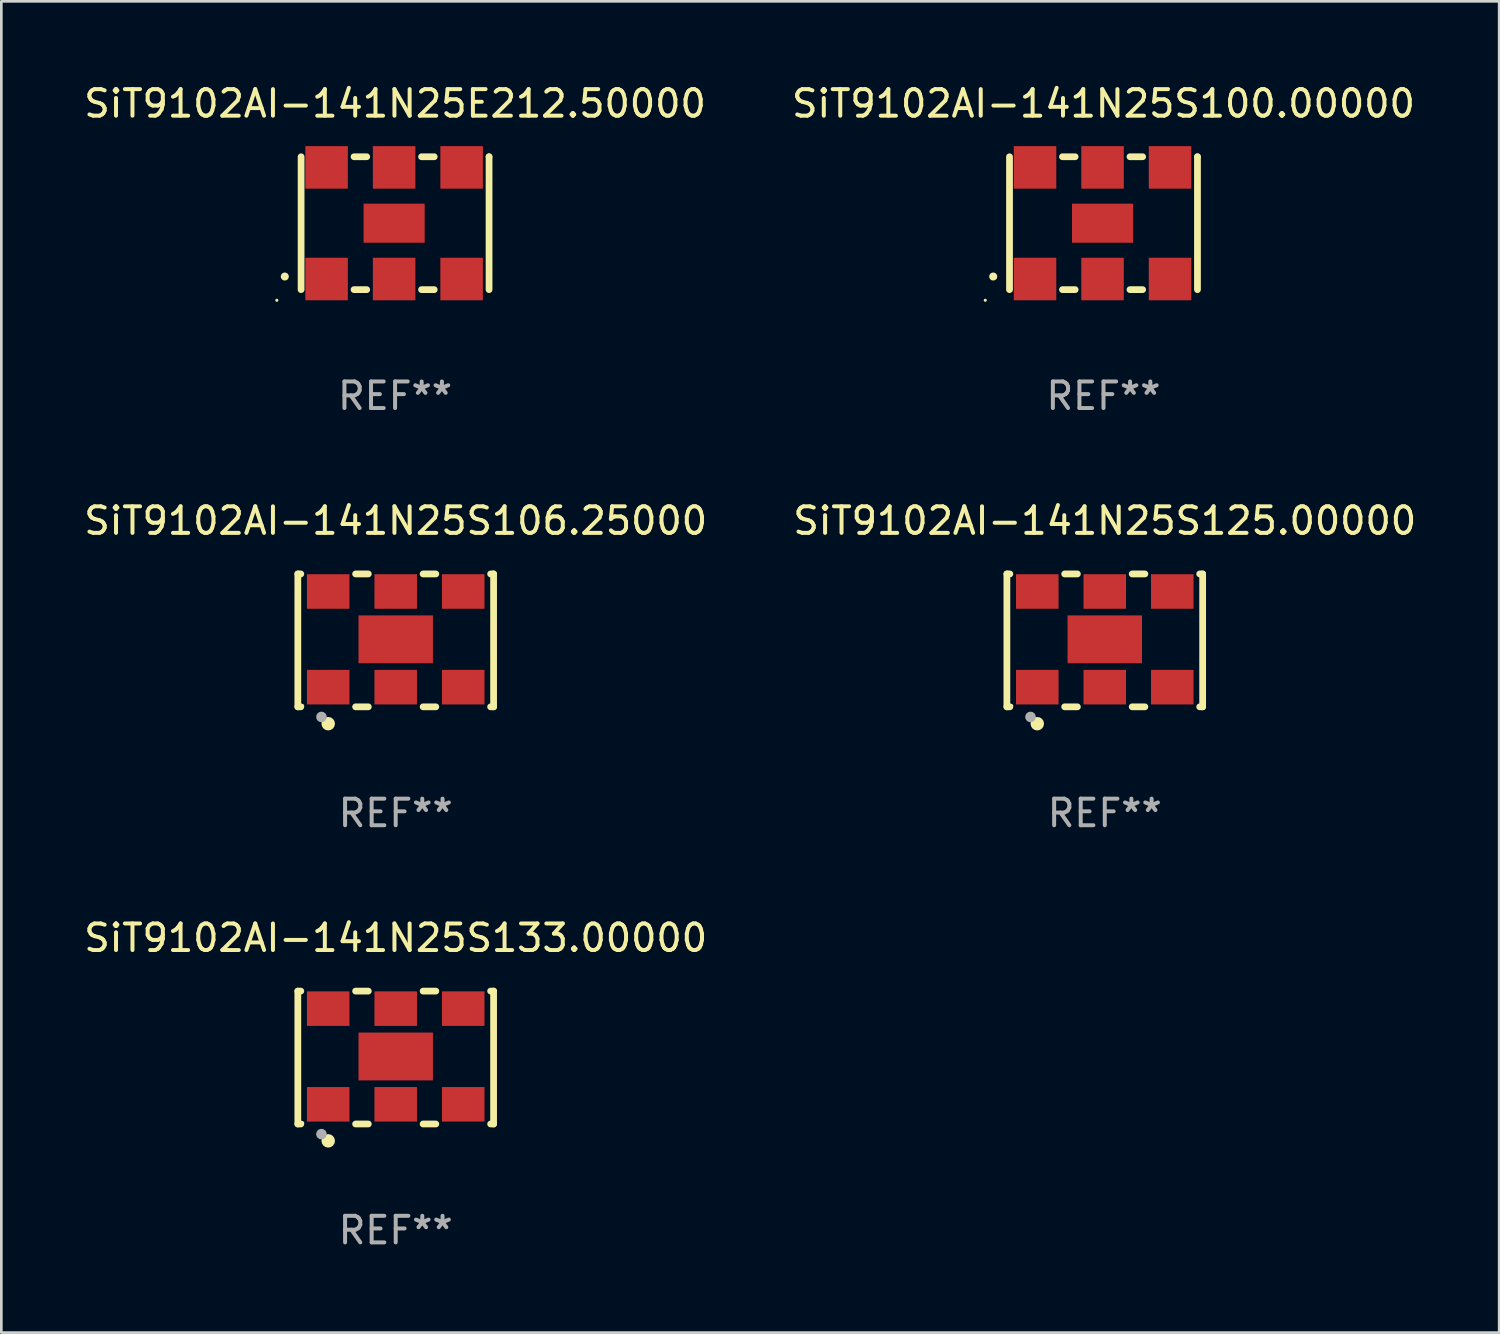
<source format=kicad_pcb>
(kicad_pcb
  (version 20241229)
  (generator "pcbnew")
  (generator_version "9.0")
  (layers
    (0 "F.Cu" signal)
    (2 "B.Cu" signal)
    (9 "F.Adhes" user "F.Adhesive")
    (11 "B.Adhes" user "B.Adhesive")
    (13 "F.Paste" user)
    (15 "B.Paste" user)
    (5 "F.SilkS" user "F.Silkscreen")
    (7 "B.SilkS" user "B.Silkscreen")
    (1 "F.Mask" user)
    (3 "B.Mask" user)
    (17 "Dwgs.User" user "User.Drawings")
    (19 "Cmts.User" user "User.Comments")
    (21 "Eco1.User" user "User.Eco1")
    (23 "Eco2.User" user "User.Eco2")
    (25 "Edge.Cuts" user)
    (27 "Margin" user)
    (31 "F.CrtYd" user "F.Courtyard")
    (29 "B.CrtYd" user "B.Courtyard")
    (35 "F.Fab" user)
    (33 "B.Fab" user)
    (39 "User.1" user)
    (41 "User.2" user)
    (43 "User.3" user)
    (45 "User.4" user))
  (footprint "SiT9102AI-141N25S100.00000"
    (layer "F.Cu")
    (at 38.47 5.348)
    (property "Reference" "SiT9102AI-141N25S100.00000" (at 0 -4.5 0) (layer "F.SilkS") (effects (font (size 1 1) (thickness 0.15))))
    (attr through_hole)
    (fp_line (start -3.536 -2.5) (end -3.536 2.5) (stroke (width 0.254) (type solid)) (layer "F.SilkS"))
    (fp_line (start -1.544 2.5) (end -1.067 2.5) (stroke (width 0.254) (type solid)) (layer "F.SilkS"))
    (fp_line (start -1.067 -2.5) (end -1.544 -2.5) (stroke (width 0.254) (type solid)) (layer "F.SilkS"))
    (fp_line (start 0.996 2.5) (end 1.473 2.5) (stroke (width 0.254) (type solid)) (layer "F.SilkS"))
    (fp_line (start 1.473 -2.5) (end 0.996 -2.5) (stroke (width 0.254) (type solid)) (layer "F.SilkS"))
    (fp_line (start 3.536 -2.5) (end 3.536 -2.5) (stroke (width 0.254) (type solid)) (layer "F.SilkS"))
    (fp_line (start 3.536 2.5) (end 3.536 -2.5) (stroke (width 0.254) (type solid)) (layer "F.SilkS"))
    (fp_arc (start -4.150432 2.006604) (mid -4.149162 2.006599) (end -4.147892 2.006604) (stroke (width 0.3) (type solid)) (layer "F.SilkS"))
    (fp_circle (center -4.449 2.9) (end -4.419 2.9) (stroke (width 0.06) (type solid)) (fill no) (layer "F.SilkS"))
    (fp_text user "REF**" (at 0 6.5 0) (layer "F.Fab") (effects (font (size 1 1) (thickness 0.15))))
    (pad "1" smd rect (at -2.576 2.1) (size 1.6 1.6) (layers "F.Cu" "F.Mask" "F.Paste"))
    (pad "2" smd rect (at -0.036 2.1) (size 1.6 1.6) (layers "F.Cu" "F.Mask" "F.Paste"))
    (pad "3" smd rect (at 2.504 2.1) (size 1.6 1.6) (layers "F.Cu" "F.Mask" "F.Paste"))
    (pad "4" smd rect (at 2.504 -2.1) (size 1.6 1.6) (layers "F.Cu" "F.Mask" "F.Paste"))
    (pad "5" smd rect (at -0.036 -2.1) (size 1.6 1.6) (layers "F.Cu" "F.Mask" "F.Paste"))
    (pad "6" smd rect (at -2.576 -2.1) (size 1.6 1.6) (layers "F.Cu" "F.Mask" "F.Paste"))
    (pad "7" smd rect (at -0.036 0) (size 2.3 1.47) (layers "F.Cu" "F.Mask" "F.Paste")))
  (footprint "SiT9102AI-141N25S125.00000"
    (layer "F.Cu")
    (at 38.518 21.045)
    (property "Reference" "SiT9102AI-141N25S125.00000" (at 0 -4.5 0) (layer "F.SilkS") (effects (font (size 1 1) (thickness 0.15))))
    (attr through_hole)
    (fp_line (start -3.683 -2.5) (end -3.571 -2.5) (stroke (width 0.254) (type solid)) (layer "F.SilkS"))
    (fp_line (start -3.683 2.5) (end -3.683 -2.5) (stroke (width 0.254) (type solid)) (layer "F.SilkS"))
    (fp_line (start -3.683 2.5) (end -3.571 2.5) (stroke (width 0.254) (type solid)) (layer "F.SilkS"))
    (fp_line (start -1.509 -2.5) (end -1.031 -2.5) (stroke (width 0.254) (type solid)) (layer "F.SilkS"))
    (fp_line (start -1.509 2.5) (end -1.031 2.5) (stroke (width 0.254) (type solid)) (layer "F.SilkS"))
    (fp_line (start 1.031 -2.5) (end 1.509 -2.5) (stroke (width 0.254) (type solid)) (layer "F.SilkS"))
    (fp_line (start 1.031 2.5) (end 1.509 2.5) (stroke (width 0.254) (type solid)) (layer "F.SilkS"))
    (fp_line (start 3.571 -2.5) (end 3.683 -2.5) (stroke (width 0.254) (type solid)) (layer "F.SilkS"))
    (fp_line (start 3.571 2.5) (end 3.683 2.5) (stroke (width 0.254) (type solid)) (layer "F.SilkS"))
    (fp_line (start 3.683 2.5) (end 3.683 -2.5) (stroke (width 0.254) (type solid)) (layer "F.SilkS"))
    (fp_circle (center -3.5 2.46) (end -3.47 2.46) (stroke (width 0.06) (type solid)) (fill no) (layer "F.SilkS"))
    (fp_circle (center -2.54 3.135) (end -2.413 3.135) (stroke (width 0.254) (type solid)) (fill no) (layer "F.SilkS"))
    (fp_circle (center -2.794 2.881) (end -2.694 2.881) (stroke (width 0.2) (type solid)) (fill no) (layer "F.Fab"))
    (fp_text user "REF**" (at 0 6.5 0) (layer "F.Fab") (effects (font (size 1 1) (thickness 0.15))))
    (pad "1" smd rect (at -2.54 1.76) (size 1.6 1.3) (layers "F.Cu" "F.Mask" "F.Paste"))
    (pad "2" smd rect (at 0 1.76) (size 1.6 1.3) (layers "F.Cu" "F.Mask" "F.Paste"))
    (pad "3" smd rect (at 2.54 1.76) (size 1.6 1.3) (layers "F.Cu" "F.Mask" "F.Paste"))
    (pad "4" smd rect (at 2.54 -1.84) (size 1.6 1.3) (layers "F.Cu" "F.Mask" "F.Paste"))
    (pad "5" smd rect (at 0 -1.84) (size 1.6 1.3) (layers "F.Cu" "F.Mask" "F.Paste"))
    (pad "6" smd rect (at -2.54 -1.84) (size 1.6 1.3) (layers "F.Cu" "F.Mask" "F.Paste"))
    (pad "7" smd rect (at 0 -0.04) (size 2.8 1.8) (layers "F.Cu" "F.Mask" "F.Paste")))
  (footprint "SiT9102AI-141N25S133.00000"
    (layer "F.Cu")
    (at 11.839 36.741)
    (property "Reference" "SiT9102AI-141N25S133.00000" (at 0 -4.5 0) (layer "F.SilkS") (effects (font (size 1 1) (thickness 0.15))))
    (attr through_hole)
    (fp_line (start -3.683 -2.5) (end -3.571 -2.5) (stroke (width 0.254) (type solid)) (layer "F.SilkS"))
    (fp_line (start -3.683 2.5) (end -3.683 -2.5) (stroke (width 0.254) (type solid)) (layer "F.SilkS"))
    (fp_line (start -3.683 2.5) (end -3.571 2.5) (stroke (width 0.254) (type solid)) (layer "F.SilkS"))
    (fp_line (start -1.509 -2.5) (end -1.031 -2.5) (stroke (width 0.254) (type solid)) (layer "F.SilkS"))
    (fp_line (start -1.509 2.5) (end -1.031 2.5) (stroke (width 0.254) (type solid)) (layer "F.SilkS"))
    (fp_line (start 1.031 -2.5) (end 1.509 -2.5) (stroke (width 0.254) (type solid)) (layer "F.SilkS"))
    (fp_line (start 1.031 2.5) (end 1.509 2.5) (stroke (width 0.254) (type solid)) (layer "F.SilkS"))
    (fp_line (start 3.571 -2.5) (end 3.683 -2.5) (stroke (width 0.254) (type solid)) (layer "F.SilkS"))
    (fp_line (start 3.571 2.5) (end 3.683 2.5) (stroke (width 0.254) (type solid)) (layer "F.SilkS"))
    (fp_line (start 3.683 2.5) (end 3.683 -2.5) (stroke (width 0.254) (type solid)) (layer "F.SilkS"))
    (fp_circle (center -3.5 2.46) (end -3.47 2.46) (stroke (width 0.06) (type solid)) (fill no) (layer "F.SilkS"))
    (fp_circle (center -2.54 3.135) (end -2.413 3.135) (stroke (width 0.254) (type solid)) (fill no) (layer "F.SilkS"))
    (fp_circle (center -2.794 2.881) (end -2.694 2.881) (stroke (width 0.2) (type solid)) (fill no) (layer "F.Fab"))
    (fp_text user "REF**" (at 0 6.5 0) (layer "F.Fab") (effects (font (size 1 1) (thickness 0.15))))
    (pad "1" smd rect (at -2.54 1.76) (size 1.6 1.3) (layers "F.Cu" "F.Mask" "F.Paste"))
    (pad "2" smd rect (at 0 1.76) (size 1.6 1.3) (layers "F.Cu" "F.Mask" "F.Paste"))
    (pad "3" smd rect (at 2.54 1.76) (size 1.6 1.3) (layers "F.Cu" "F.Mask" "F.Paste"))
    (pad "4" smd rect (at 2.54 -1.84) (size 1.6 1.3) (layers "F.Cu" "F.Mask" "F.Paste"))
    (pad "5" smd rect (at 0 -1.84) (size 1.6 1.3) (layers "F.Cu" "F.Mask" "F.Paste"))
    (pad "6" smd rect (at -2.54 -1.84) (size 1.6 1.3) (layers "F.Cu" "F.Mask" "F.Paste"))
    (pad "7" smd rect (at 0 -0.04) (size 2.8 1.8) (layers "F.Cu" "F.Mask" "F.Paste")))
  (footprint "SiT9102AI-141N25E212.50000"
    (layer "F.Cu")
    (at 11.815 5.348)
    (property "Reference" "SiT9102AI-141N25E212.50000" (at 0 -4.5 0) (layer "F.SilkS") (effects (font (size 1 1) (thickness 0.15))))
    (attr through_hole)
    (fp_line (start -3.536 -2.5) (end -3.536 2.5) (stroke (width 0.254) (type solid)) (layer "F.SilkS"))
    (fp_line (start -1.544 2.5) (end -1.067 2.5) (stroke (width 0.254) (type solid)) (layer "F.SilkS"))
    (fp_line (start -1.067 -2.5) (end -1.544 -2.5) (stroke (width 0.254) (type solid)) (layer "F.SilkS"))
    (fp_line (start 0.996 2.5) (end 1.473 2.5) (stroke (width 0.254) (type solid)) (layer "F.SilkS"))
    (fp_line (start 1.473 -2.5) (end 0.996 -2.5) (stroke (width 0.254) (type solid)) (layer "F.SilkS"))
    (fp_line (start 3.536 -2.5) (end 3.536 -2.5) (stroke (width 0.254) (type solid)) (layer "F.SilkS"))
    (fp_line (start 3.536 2.5) (end 3.536 -2.5) (stroke (width 0.254) (type solid)) (layer "F.SilkS"))
    (fp_arc (start -4.150432 2.006604) (mid -4.149162 2.006599) (end -4.147892 2.006604) (stroke (width 0.3) (type solid)) (layer "F.SilkS"))
    (fp_circle (center -4.449 2.9) (end -4.419 2.9) (stroke (width 0.06) (type solid)) (fill no) (layer "F.SilkS"))
    (fp_text user "REF**" (at 0 6.5 0) (layer "F.Fab") (effects (font (size 1 1) (thickness 0.15))))
    (pad "1" smd rect (at -2.576 2.1) (size 1.6 1.6) (layers "F.Cu" "F.Mask" "F.Paste"))
    (pad "2" smd rect (at -0.036 2.1) (size 1.6 1.6) (layers "F.Cu" "F.Mask" "F.Paste"))
    (pad "3" smd rect (at 2.504 2.1) (size 1.6 1.6) (layers "F.Cu" "F.Mask" "F.Paste"))
    (pad "4" smd rect (at 2.504 -2.1) (size 1.6 1.6) (layers "F.Cu" "F.Mask" "F.Paste"))
    (pad "5" smd rect (at -0.036 -2.1) (size 1.6 1.6) (layers "F.Cu" "F.Mask" "F.Paste"))
    (pad "6" smd rect (at -2.576 -2.1) (size 1.6 1.6) (layers "F.Cu" "F.Mask" "F.Paste"))
    (pad "7" smd rect (at -0.036 0) (size 2.3 1.47) (layers "F.Cu" "F.Mask" "F.Paste")))
  (footprint "SiT9102AI-141N25S106.25000"
    (layer "F.Cu")
    (at 11.839 21.045)
    (property "Reference" "SiT9102AI-141N25S106.25000" (at 0 -4.5 0) (layer "F.SilkS") (effects (font (size 1 1) (thickness 0.15))))
    (attr through_hole)
    (fp_line (start -3.683 -2.5) (end -3.571 -2.5) (stroke (width 0.254) (type solid)) (layer "F.SilkS"))
    (fp_line (start -3.683 2.5) (end -3.683 -2.5) (stroke (width 0.254) (type solid)) (layer "F.SilkS"))
    (fp_line (start -3.683 2.5) (end -3.571 2.5) (stroke (width 0.254) (type solid)) (layer "F.SilkS"))
    (fp_line (start -1.509 -2.5) (end -1.031 -2.5) (stroke (width 0.254) (type solid)) (layer "F.SilkS"))
    (fp_line (start -1.509 2.5) (end -1.031 2.5) (stroke (width 0.254) (type solid)) (layer "F.SilkS"))
    (fp_line (start 1.031 -2.5) (end 1.509 -2.5) (stroke (width 0.254) (type solid)) (layer "F.SilkS"))
    (fp_line (start 1.031 2.5) (end 1.509 2.5) (stroke (width 0.254) (type solid)) (layer "F.SilkS"))
    (fp_line (start 3.571 -2.5) (end 3.683 -2.5) (stroke (width 0.254) (type solid)) (layer "F.SilkS"))
    (fp_line (start 3.571 2.5) (end 3.683 2.5) (stroke (width 0.254) (type solid)) (layer "F.SilkS"))
    (fp_line (start 3.683 2.5) (end 3.683 -2.5) (stroke (width 0.254) (type solid)) (layer "F.SilkS"))
    (fp_circle (center -3.5 2.46) (end -3.47 2.46) (stroke (width 0.06) (type solid)) (fill no) (layer "F.SilkS"))
    (fp_circle (center -2.54 3.135) (end -2.413 3.135) (stroke (width 0.254) (type solid)) (fill no) (layer "F.SilkS"))
    (fp_circle (center -2.794 2.881) (end -2.694 2.881) (stroke (width 0.2) (type solid)) (fill no) (layer "F.Fab"))
    (fp_text user "REF**" (at 0 6.5 0) (layer "F.Fab") (effects (font (size 1 1) (thickness 0.15))))
    (pad "1" smd rect (at -2.54 1.76) (size 1.6 1.3) (layers "F.Cu" "F.Mask" "F.Paste"))
    (pad "2" smd rect (at 0 1.76) (size 1.6 1.3) (layers "F.Cu" "F.Mask" "F.Paste"))
    (pad "3" smd rect (at 2.54 1.76) (size 1.6 1.3) (layers "F.Cu" "F.Mask" "F.Paste"))
    (pad "4" smd rect (at 2.54 -1.84) (size 1.6 1.3) (layers "F.Cu" "F.Mask" "F.Paste"))
    (pad "5" smd rect (at 0 -1.84) (size 1.6 1.3) (layers "F.Cu" "F.Mask" "F.Paste"))
    (pad "6" smd rect (at -2.54 -1.84) (size 1.6 1.3) (layers "F.Cu" "F.Mask" "F.Paste"))
    (pad "7" smd rect (at 0 -0.04) (size 2.8 1.8) (layers "F.Cu" "F.Mask" "F.Paste")))
  (gr_rect
    (start -3 -3)
    (end 53.357 47.09)
    (stroke (width 0.1) (type default))
    (fill no)
    (layer "Edge.Cuts")))
</source>
